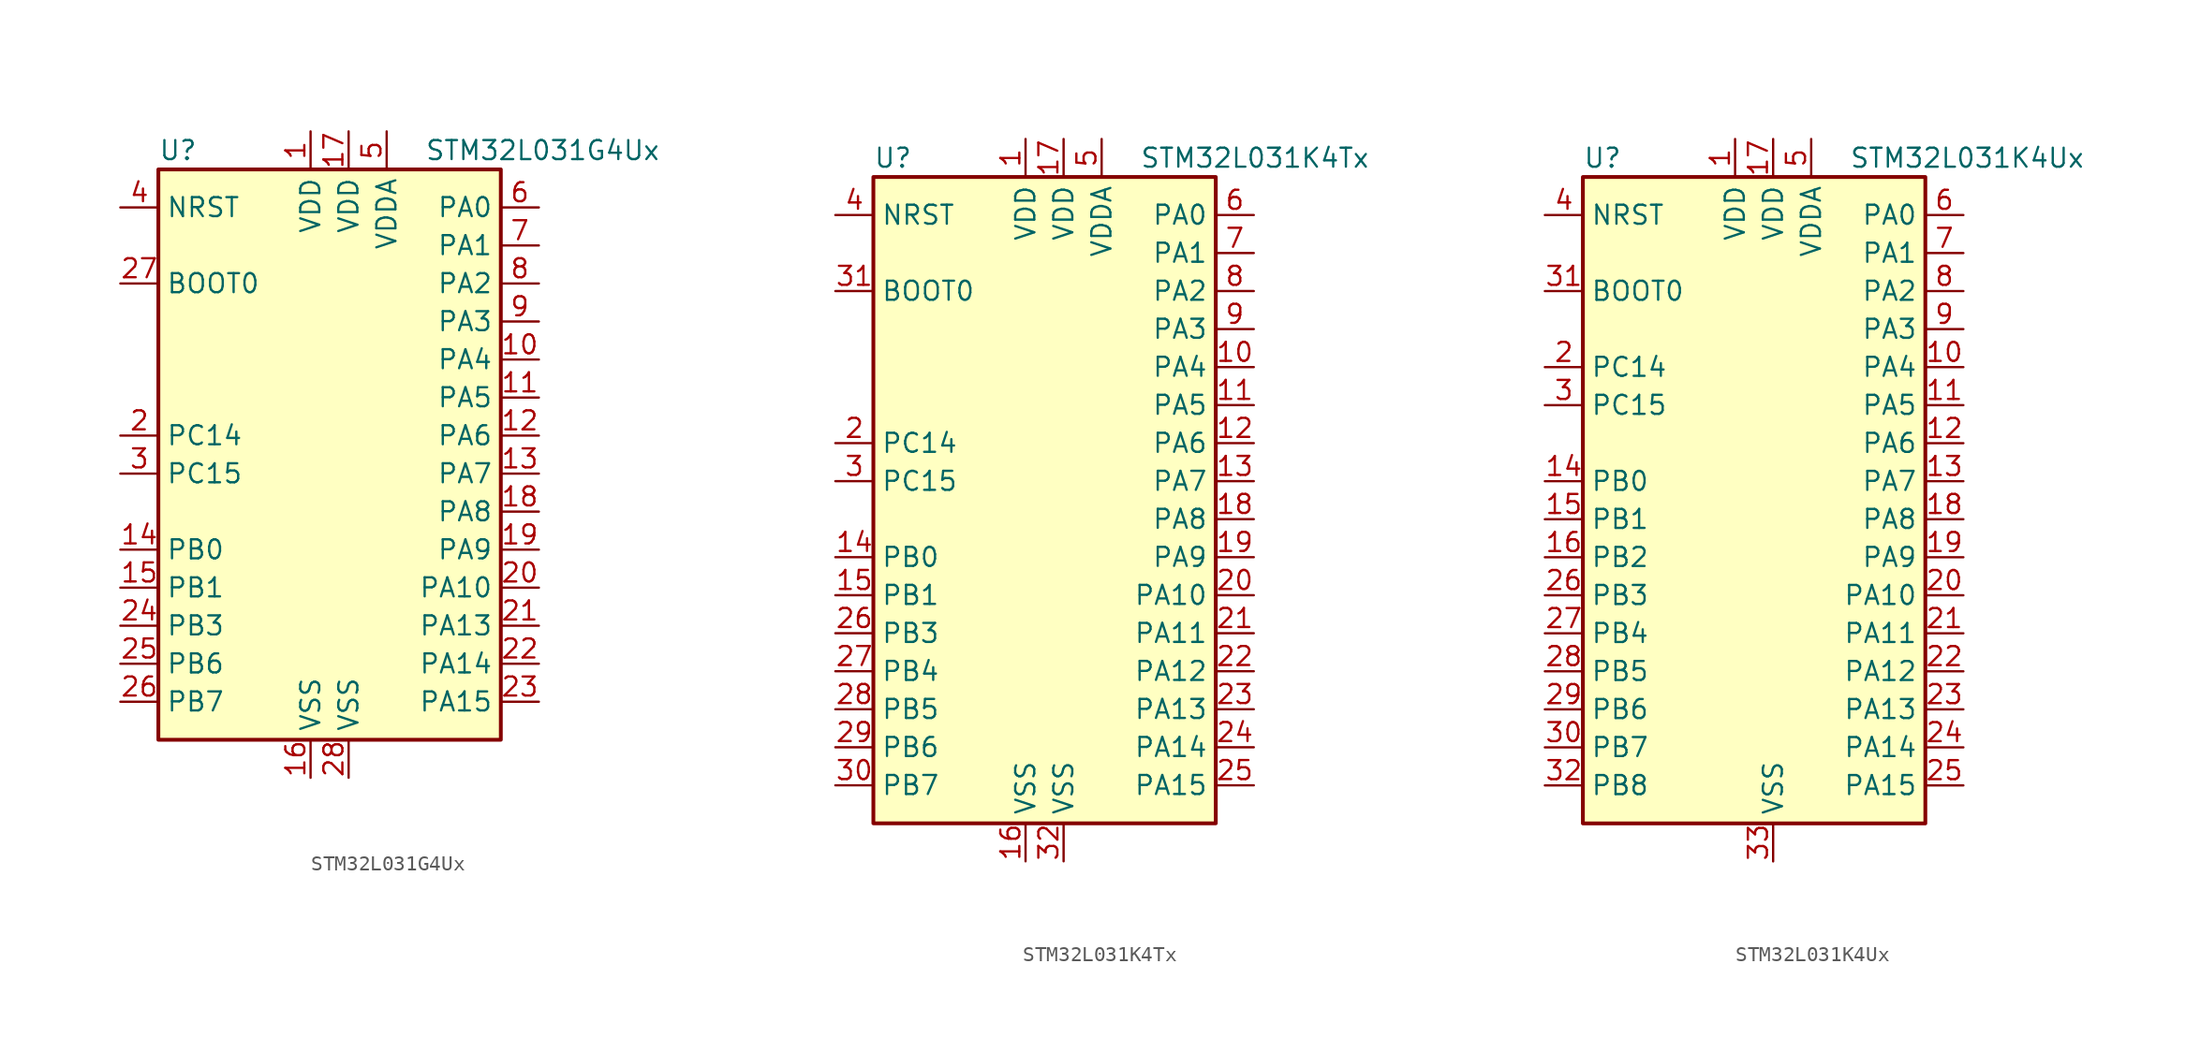
<source format=kicad_sym>
(kicad_symbol_lib
  (version 20201005)
  (generator kicad_symbol_editor)
  (symbol "STM32L031G4Ux"
    (property "Reference" "U"
      (at -12.7 19.05 0)
      (effects (font (size 1.27 1.27)) (justify left)))
    (property "Value" "STM32L031G4Ux"
      (at 5.08 19.05 0)
      (effects (font (size 1.27 1.27)) (justify left)))
    (symbol "STM32L031G4Ux_0_1"
      (rectangle (start -12.7 -20.32) (end 10.16 17.78) (stroke (width 0.254)) (fill (type background))))
    (symbol "STM32L031G4Ux_1_1"
      (pin power_in line (at -2.54 20.32 270) (length 2.54) (name "VDD" (effects (font (size 1.27 1.27)))) (number "1" (effects (font (size 1.27 1.27)))))
      (pin bidirectional line (at 12.7 5.08 180) (length 2.54) (name "PA4" (effects (font (size 1.27 1.27)))) (number "10" (effects (font (size 1.27 1.27)))))
      (pin bidirectional line (at 12.7 2.54 180) (length 2.54) (name "PA5" (effects (font (size 1.27 1.27)))) (number "11" (effects (font (size 1.27 1.27)))))
      (pin bidirectional line (at 12.7 0 180) (length 2.54) (name "PA6" (effects (font (size 1.27 1.27)))) (number "12" (effects (font (size 1.27 1.27)))))
      (pin bidirectional line (at 12.7 -2.54 180) (length 2.54) (name "PA7" (effects (font (size 1.27 1.27)))) (number "13" (effects (font (size 1.27 1.27)))))
      (pin bidirectional line (at -15.24 -7.62 0) (length 2.54) (name "PB0" (effects (font (size 1.27 1.27)))) (number "14" (effects (font (size 1.27 1.27)))))
      (pin bidirectional line (at -15.24 -10.16 0) (length 2.54) (name "PB1" (effects (font (size 1.27 1.27)))) (number "15" (effects (font (size 1.27 1.27)))))
      (pin power_in line (at -2.54 -22.86 90) (length 2.54) (name "VSS" (effects (font (size 1.27 1.27)))) (number "16" (effects (font (size 1.27 1.27)))))
      (pin power_in line (at 0 20.32 270) (length 2.54) (name "VDD" (effects (font (size 1.27 1.27)))) (number "17" (effects (font (size 1.27 1.27)))))
      (pin bidirectional line (at 12.7 -5.08 180) (length 2.54) (name "PA8" (effects (font (size 1.27 1.27)))) (number "18" (effects (font (size 1.27 1.27)))))
      (pin bidirectional line (at 12.7 -7.62 180) (length 2.54) (name "PA9" (effects (font (size 1.27 1.27)))) (number "19" (effects (font (size 1.27 1.27)))))
      (pin bidirectional line (at -15.24 0 0) (length 2.54) (name "PC14" (effects (font (size 1.27 1.27)))) (number "2" (effects (font (size 1.27 1.27)))))
      (pin bidirectional line (at 12.7 -10.16 180) (length 2.54) (name "PA10" (effects (font (size 1.27 1.27)))) (number "20" (effects (font (size 1.27 1.27)))))
      (pin bidirectional line (at 12.7 -12.7 180) (length 2.54) (name "PA13" (effects (font (size 1.27 1.27)))) (number "21" (effects (font (size 1.27 1.27)))))
      (pin bidirectional line (at 12.7 -15.24 180) (length 2.54) (name "PA14" (effects (font (size 1.27 1.27)))) (number "22" (effects (font (size 1.27 1.27)))))
      (pin bidirectional line (at 12.7 -17.78 180) (length 2.54) (name "PA15" (effects (font (size 1.27 1.27)))) (number "23" (effects (font (size 1.27 1.27)))))
      (pin bidirectional line (at -15.24 -12.7 0) (length 2.54) (name "PB3" (effects (font (size 1.27 1.27)))) (number "24" (effects (font (size 1.27 1.27)))))
      (pin bidirectional line (at -15.24 -15.24 0) (length 2.54) (name "PB6" (effects (font (size 1.27 1.27)))) (number "25" (effects (font (size 1.27 1.27)))))
      (pin bidirectional line (at -15.24 -17.78 0) (length 2.54) (name "PB7" (effects (font (size 1.27 1.27)))) (number "26" (effects (font (size 1.27 1.27)))))
      (pin input line (at -15.24 10.16 0) (length 2.54) (name "BOOT0" (effects (font (size 1.27 1.27)))) (number "27" (effects (font (size 1.27 1.27)))))
      (pin power_in line (at 0 -22.86 90) (length 2.54) (name "VSS" (effects (font (size 1.27 1.27)))) (number "28" (effects (font (size 1.27 1.27)))))
      (pin bidirectional line (at -15.24 -2.54 0) (length 2.54) (name "PC15" (effects (font (size 1.27 1.27)))) (number "3" (effects (font (size 1.27 1.27)))))
      (pin input line (at -15.24 15.24 0) (length 2.54) (name "NRST" (effects (font (size 1.27 1.27)))) (number "4" (effects (font (size 1.27 1.27)))))
      (pin power_in line (at 2.54 20.32 270) (length 2.54) (name "VDDA" (effects (font (size 1.27 1.27)))) (number "5" (effects (font (size 1.27 1.27)))))
      (pin bidirectional line (at 12.7 15.24 180) (length 2.54) (name "PA0" (effects (font (size 1.27 1.27)))) (number "6" (effects (font (size 1.27 1.27)))))
      (pin bidirectional line (at 12.7 12.7 180) (length 2.54) (name "PA1" (effects (font (size 1.27 1.27)))) (number "7" (effects (font (size 1.27 1.27)))))
      (pin bidirectional line (at 12.7 10.16 180) (length 2.54) (name "PA2" (effects (font (size 1.27 1.27)))) (number "8" (effects (font (size 1.27 1.27)))))
      (pin bidirectional line (at 12.7 7.62 180) (length 2.54) (name "PA3" (effects (font (size 1.27 1.27)))) (number "9" (effects (font (size 1.27 1.27)))))))
  (symbol "STM32L031K4Tx"
    (property "Reference" "U"
      (at -12.7 21.59 0)
      (effects (font (size 1.27 1.27)) (justify left)))
    (property "Value" "STM32L031K4Tx"
      (at 5.08 21.59 0)
      (effects (font (size 1.27 1.27)) (justify left)))
    (symbol "STM32L031K4Tx_0_1"
      (rectangle (start -12.7 -22.86) (end 10.16 20.32) (stroke (width 0.254)) (fill (type background))))
    (symbol "STM32L031K4Tx_1_1"
      (pin power_in line (at -2.54 22.86 270) (length 2.54) (name "VDD" (effects (font (size 1.27 1.27)))) (number "1" (effects (font (size 1.27 1.27)))))
      (pin bidirectional line (at 12.7 7.62 180) (length 2.54) (name "PA4" (effects (font (size 1.27 1.27)))) (number "10" (effects (font (size 1.27 1.27)))))
      (pin bidirectional line (at 12.7 5.08 180) (length 2.54) (name "PA5" (effects (font (size 1.27 1.27)))) (number "11" (effects (font (size 1.27 1.27)))))
      (pin bidirectional line (at 12.7 2.54 180) (length 2.54) (name "PA6" (effects (font (size 1.27 1.27)))) (number "12" (effects (font (size 1.27 1.27)))))
      (pin bidirectional line (at 12.7 0 180) (length 2.54) (name "PA7" (effects (font (size 1.27 1.27)))) (number "13" (effects (font (size 1.27 1.27)))))
      (pin bidirectional line (at -15.24 -5.08 0) (length 2.54) (name "PB0" (effects (font (size 1.27 1.27)))) (number "14" (effects (font (size 1.27 1.27)))))
      (pin bidirectional line (at -15.24 -7.62 0) (length 2.54) (name "PB1" (effects (font (size 1.27 1.27)))) (number "15" (effects (font (size 1.27 1.27)))))
      (pin power_in line (at -2.54 -25.4 90) (length 2.54) (name "VSS" (effects (font (size 1.27 1.27)))) (number "16" (effects (font (size 1.27 1.27)))))
      (pin power_in line (at 0 22.86 270) (length 2.54) (name "VDD" (effects (font (size 1.27 1.27)))) (number "17" (effects (font (size 1.27 1.27)))))
      (pin bidirectional line (at 12.7 -2.54 180) (length 2.54) (name "PA8" (effects (font (size 1.27 1.27)))) (number "18" (effects (font (size 1.27 1.27)))))
      (pin bidirectional line (at 12.7 -5.08 180) (length 2.54) (name "PA9" (effects (font (size 1.27 1.27)))) (number "19" (effects (font (size 1.27 1.27)))))
      (pin bidirectional line (at -15.24 2.54 0) (length 2.54) (name "PC14" (effects (font (size 1.27 1.27)))) (number "2" (effects (font (size 1.27 1.27)))))
      (pin bidirectional line (at 12.7 -7.62 180) (length 2.54) (name "PA10" (effects (font (size 1.27 1.27)))) (number "20" (effects (font (size 1.27 1.27)))))
      (pin bidirectional line (at 12.7 -10.16 180) (length 2.54) (name "PA11" (effects (font (size 1.27 1.27)))) (number "21" (effects (font (size 1.27 1.27)))))
      (pin bidirectional line (at 12.7 -12.7 180) (length 2.54) (name "PA12" (effects (font (size 1.27 1.27)))) (number "22" (effects (font (size 1.27 1.27)))))
      (pin bidirectional line (at 12.7 -15.24 180) (length 2.54) (name "PA13" (effects (font (size 1.27 1.27)))) (number "23" (effects (font (size 1.27 1.27)))))
      (pin bidirectional line (at 12.7 -17.78 180) (length 2.54) (name "PA14" (effects (font (size 1.27 1.27)))) (number "24" (effects (font (size 1.27 1.27)))))
      (pin bidirectional line (at 12.7 -20.32 180) (length 2.54) (name "PA15" (effects (font (size 1.27 1.27)))) (number "25" (effects (font (size 1.27 1.27)))))
      (pin bidirectional line (at -15.24 -10.16 0) (length 2.54) (name "PB3" (effects (font (size 1.27 1.27)))) (number "26" (effects (font (size 1.27 1.27)))))
      (pin bidirectional line (at -15.24 -12.7 0) (length 2.54) (name "PB4" (effects (font (size 1.27 1.27)))) (number "27" (effects (font (size 1.27 1.27)))))
      (pin bidirectional line (at -15.24 -15.24 0) (length 2.54) (name "PB5" (effects (font (size 1.27 1.27)))) (number "28" (effects (font (size 1.27 1.27)))))
      (pin bidirectional line (at -15.24 -17.78 0) (length 2.54) (name "PB6" (effects (font (size 1.27 1.27)))) (number "29" (effects (font (size 1.27 1.27)))))
      (pin bidirectional line (at -15.24 0 0) (length 2.54) (name "PC15" (effects (font (size 1.27 1.27)))) (number "3" (effects (font (size 1.27 1.27)))))
      (pin bidirectional line (at -15.24 -20.32 0) (length 2.54) (name "PB7" (effects (font (size 1.27 1.27)))) (number "30" (effects (font (size 1.27 1.27)))))
      (pin input line (at -15.24 12.7 0) (length 2.54) (name "BOOT0" (effects (font (size 1.27 1.27)))) (number "31" (effects (font (size 1.27 1.27)))))
      (pin power_in line (at 0 -25.4 90) (length 2.54) (name "VSS" (effects (font (size 1.27 1.27)))) (number "32" (effects (font (size 1.27 1.27)))))
      (pin input line (at -15.24 17.78 0) (length 2.54) (name "NRST" (effects (font (size 1.27 1.27)))) (number "4" (effects (font (size 1.27 1.27)))))
      (pin power_in line (at 2.54 22.86 270) (length 2.54) (name "VDDA" (effects (font (size 1.27 1.27)))) (number "5" (effects (font (size 1.27 1.27)))))
      (pin bidirectional line (at 12.7 17.78 180) (length 2.54) (name "PA0" (effects (font (size 1.27 1.27)))) (number "6" (effects (font (size 1.27 1.27)))))
      (pin bidirectional line (at 12.7 15.24 180) (length 2.54) (name "PA1" (effects (font (size 1.27 1.27)))) (number "7" (effects (font (size 1.27 1.27)))))
      (pin bidirectional line (at 12.7 12.7 180) (length 2.54) (name "PA2" (effects (font (size 1.27 1.27)))) (number "8" (effects (font (size 1.27 1.27)))))
      (pin bidirectional line (at 12.7 10.16 180) (length 2.54) (name "PA3" (effects (font (size 1.27 1.27)))) (number "9" (effects (font (size 1.27 1.27)))))))
  (symbol "STM32L031K4Ux"
    (property "Reference" "U"
      (at -12.7 21.59 0)
      (effects (font (size 1.27 1.27)) (justify left)))
    (property "Value" "STM32L031K4Ux"
      (at 5.08 21.59 0)
      (effects (font (size 1.27 1.27)) (justify left)))
    (symbol "STM32L031K4Ux_0_1"
      (rectangle (start -12.7 -22.86) (end 10.16 20.32) (stroke (width 0.254)) (fill (type background))))
    (symbol "STM32L031K4Ux_1_1"
      (pin power_in line (at -2.54 22.86 270) (length 2.54) (name "VDD" (effects (font (size 1.27 1.27)))) (number "1" (effects (font (size 1.27 1.27)))))
      (pin bidirectional line (at 12.7 7.62 180) (length 2.54) (name "PA4" (effects (font (size 1.27 1.27)))) (number "10" (effects (font (size 1.27 1.27)))))
      (pin bidirectional line (at 12.7 5.08 180) (length 2.54) (name "PA5" (effects (font (size 1.27 1.27)))) (number "11" (effects (font (size 1.27 1.27)))))
      (pin bidirectional line (at 12.7 2.54 180) (length 2.54) (name "PA6" (effects (font (size 1.27 1.27)))) (number "12" (effects (font (size 1.27 1.27)))))
      (pin bidirectional line (at 12.7 0 180) (length 2.54) (name "PA7" (effects (font (size 1.27 1.27)))) (number "13" (effects (font (size 1.27 1.27)))))
      (pin bidirectional line (at -15.24 0 0) (length 2.54) (name "PB0" (effects (font (size 1.27 1.27)))) (number "14" (effects (font (size 1.27 1.27)))))
      (pin bidirectional line (at -15.24 -2.54 0) (length 2.54) (name "PB1" (effects (font (size 1.27 1.27)))) (number "15" (effects (font (size 1.27 1.27)))))
      (pin bidirectional line (at -15.24 -5.08 0) (length 2.54) (name "PB2" (effects (font (size 1.27 1.27)))) (number "16" (effects (font (size 1.27 1.27)))))
      (pin power_in line (at 0 22.86 270) (length 2.54) (name "VDD" (effects (font (size 1.27 1.27)))) (number "17" (effects (font (size 1.27 1.27)))))
      (pin bidirectional line (at 12.7 -2.54 180) (length 2.54) (name "PA8" (effects (font (size 1.27 1.27)))) (number "18" (effects (font (size 1.27 1.27)))))
      (pin bidirectional line (at 12.7 -5.08 180) (length 2.54) (name "PA9" (effects (font (size 1.27 1.27)))) (number "19" (effects (font (size 1.27 1.27)))))
      (pin bidirectional line (at -15.24 7.62 0) (length 2.54) (name "PC14" (effects (font (size 1.27 1.27)))) (number "2" (effects (font (size 1.27 1.27)))))
      (pin bidirectional line (at 12.7 -7.62 180) (length 2.54) (name "PA10" (effects (font (size 1.27 1.27)))) (number "20" (effects (font (size 1.27 1.27)))))
      (pin bidirectional line (at 12.7 -10.16 180) (length 2.54) (name "PA11" (effects (font (size 1.27 1.27)))) (number "21" (effects (font (size 1.27 1.27)))))
      (pin bidirectional line (at 12.7 -12.7 180) (length 2.54) (name "PA12" (effects (font (size 1.27 1.27)))) (number "22" (effects (font (size 1.27 1.27)))))
      (pin bidirectional line (at 12.7 -15.24 180) (length 2.54) (name "PA13" (effects (font (size 1.27 1.27)))) (number "23" (effects (font (size 1.27 1.27)))))
      (pin bidirectional line (at 12.7 -17.78 180) (length 2.54) (name "PA14" (effects (font (size 1.27 1.27)))) (number "24" (effects (font (size 1.27 1.27)))))
      (pin bidirectional line (at 12.7 -20.32 180) (length 2.54) (name "PA15" (effects (font (size 1.27 1.27)))) (number "25" (effects (font (size 1.27 1.27)))))
      (pin bidirectional line (at -15.24 -7.62 0) (length 2.54) (name "PB3" (effects (font (size 1.27 1.27)))) (number "26" (effects (font (size 1.27 1.27)))))
      (pin bidirectional line (at -15.24 -10.16 0) (length 2.54) (name "PB4" (effects (font (size 1.27 1.27)))) (number "27" (effects (font (size 1.27 1.27)))))
      (pin bidirectional line (at -15.24 -12.7 0) (length 2.54) (name "PB5" (effects (font (size 1.27 1.27)))) (number "28" (effects (font (size 1.27 1.27)))))
      (pin bidirectional line (at -15.24 -15.24 0) (length 2.54) (name "PB6" (effects (font (size 1.27 1.27)))) (number "29" (effects (font (size 1.27 1.27)))))
      (pin bidirectional line (at -15.24 5.08 0) (length 2.54) (name "PC15" (effects (font (size 1.27 1.27)))) (number "3" (effects (font (size 1.27 1.27)))))
      (pin bidirectional line (at -15.24 -17.78 0) (length 2.54) (name "PB7" (effects (font (size 1.27 1.27)))) (number "30" (effects (font (size 1.27 1.27)))))
      (pin input line (at -15.24 12.7 0) (length 2.54) (name "BOOT0" (effects (font (size 1.27 1.27)))) (number "31" (effects (font (size 1.27 1.27)))))
      (pin bidirectional line (at -15.24 -20.32 0) (length 2.54) (name "PB8" (effects (font (size 1.27 1.27)))) (number "32" (effects (font (size 1.27 1.27)))))
      (pin power_in line (at 0 -25.4 90) (length 2.54) (name "VSS" (effects (font (size 1.27 1.27)))) (number "33" (effects (font (size 1.27 1.27)))))
      (pin input line (at -15.24 17.78 0) (length 2.54) (name "NRST" (effects (font (size 1.27 1.27)))) (number "4" (effects (font (size 1.27 1.27)))))
      (pin power_in line (at 2.54 22.86 270) (length 2.54) (name "VDDA" (effects (font (size 1.27 1.27)))) (number "5" (effects (font (size 1.27 1.27)))))
      (pin bidirectional line (at 12.7 17.78 180) (length 2.54) (name "PA0" (effects (font (size 1.27 1.27)))) (number "6" (effects (font (size 1.27 1.27)))))
      (pin bidirectional line (at 12.7 15.24 180) (length 2.54) (name "PA1" (effects (font (size 1.27 1.27)))) (number "7" (effects (font (size 1.27 1.27)))))
      (pin bidirectional line (at 12.7 12.7 180) (length 2.54) (name "PA2" (effects (font (size 1.27 1.27)))) (number "8" (effects (font (size 1.27 1.27)))))
      (pin bidirectional line (at 12.7 10.16 180) (length 2.54) (name "PA3" (effects (font (size 1.27 1.27)))) (number "9" (effects (font (size 1.27 1.27))))))))
</source>
